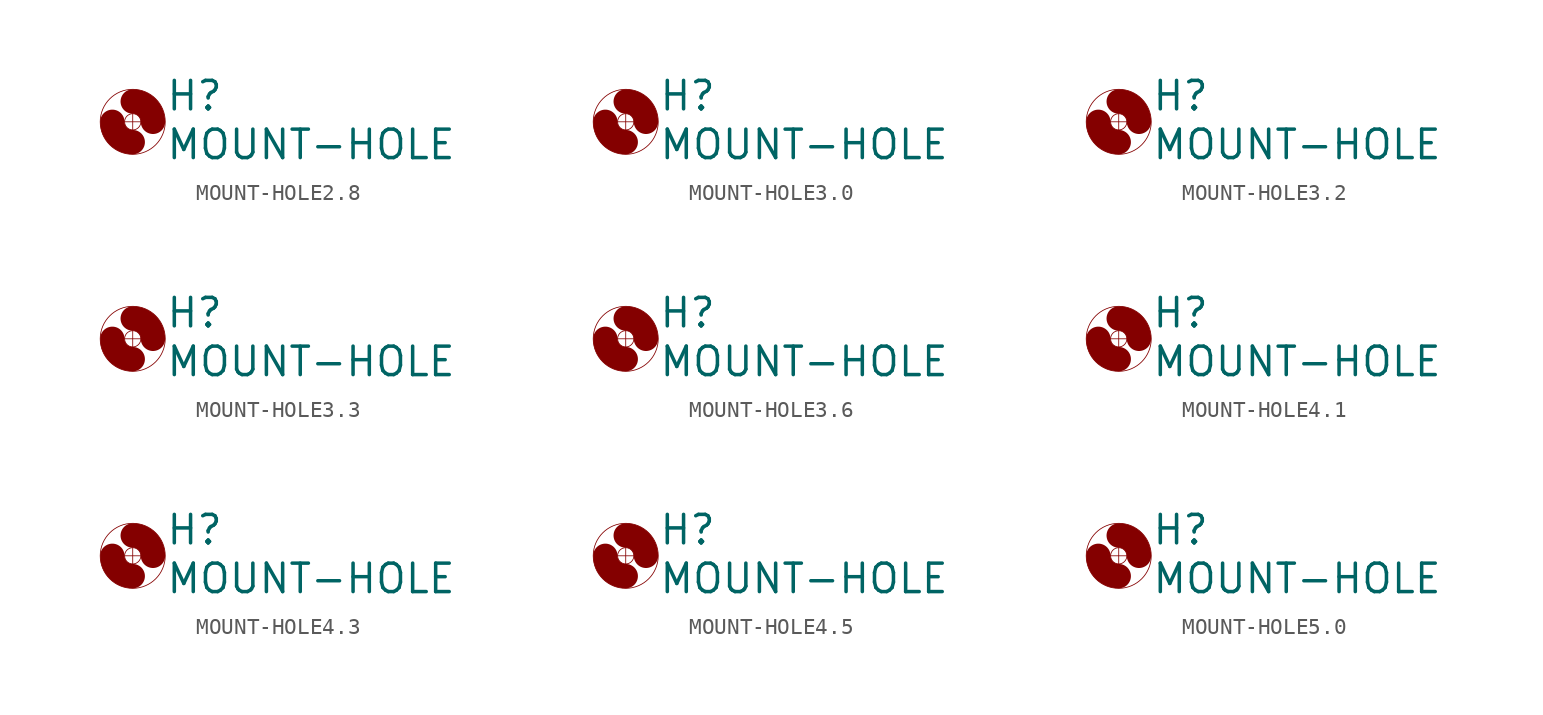
<source format=kicad_sym>
(kicad_symbol_lib
  (version 20220914)
  (generator Eagle2Kicad)
  (symbol "MOUNT-HOLE2.8"
    (property "Reference" "H"
      (at 2.032 0.584 0)
      (effects (font (size 1.778 1.778) (thickness 0.22)) (justify left bottom)))
    (property "Value" "MOUNT-HOLE"
      (at 2.032 -2.464 0)
      (effects (font (size 1.778 1.778) (thickness 0.22)) (justify left bottom)))
    (arc
      (start 1.27 0)
      (mid 0.898 0.898)
      (end 0 1.27)
      (stroke (width 1.524) (type default))
      (fill (type none)))
    (arc
      (start -1.27 0)
      (mid -0.898 -0.898)
      (end 0 -1.27)
      (stroke (width 1.524) (type default))
      (fill (type none)))
    (polyline
      (pts (xy -0.508 0) (xy 0.508 0))
      (stroke (width 0.051) (type default))
      (fill (type none)))
    (polyline
      (pts (xy 0 0.508) (xy 0 -0.508))
      (stroke (width 0.051) (type default))
      (fill (type none)))
    (circle
      (center 0 0)
      (radius 2.032)
      (stroke (width 0.051) (type default))
      (fill (type none)))
    (circle
      (center 0 0)
      (radius 0.508)
      (stroke (width 0.051) (type default))
      (fill (type none))))
  (symbol "MOUNT-HOLE3.0"
    (property "Reference" "H"
      (at 2.032 0.584 0)
      (effects (font (size 1.778 1.778) (thickness 0.22)) (justify left bottom)))
    (property "Value" "MOUNT-HOLE"
      (at 2.032 -2.464 0)
      (effects (font (size 1.778 1.778) (thickness 0.22)) (justify left bottom)))
    (arc
      (start 1.27 0)
      (mid 0.898 0.898)
      (end 0 1.27)
      (stroke (width 1.524) (type default))
      (fill (type none)))
    (arc
      (start -1.27 0)
      (mid -0.898 -0.898)
      (end 0 -1.27)
      (stroke (width 1.524) (type default))
      (fill (type none)))
    (polyline
      (pts (xy -0.508 0) (xy 0.508 0))
      (stroke (width 0.051) (type default))
      (fill (type none)))
    (polyline
      (pts (xy 0 0.508) (xy 0 -0.508))
      (stroke (width 0.051) (type default))
      (fill (type none)))
    (circle
      (center 0 0)
      (radius 2.032)
      (stroke (width 0.051) (type default))
      (fill (type none)))
    (circle
      (center 0 0)
      (radius 0.508)
      (stroke (width 0.051) (type default))
      (fill (type none))))
  (symbol "MOUNT-HOLE3.2"
    (property "Reference" "H"
      (at 2.032 0.584 0)
      (effects (font (size 1.778 1.778) (thickness 0.22)) (justify left bottom)))
    (property "Value" "MOUNT-HOLE"
      (at 2.032 -2.464 0)
      (effects (font (size 1.778 1.778) (thickness 0.22)) (justify left bottom)))
    (arc
      (start 1.27 0)
      (mid 0.898 0.898)
      (end 0 1.27)
      (stroke (width 1.524) (type default))
      (fill (type none)))
    (arc
      (start -1.27 0)
      (mid -0.898 -0.898)
      (end 0 -1.27)
      (stroke (width 1.524) (type default))
      (fill (type none)))
    (polyline
      (pts (xy -0.508 0) (xy 0.508 0))
      (stroke (width 0.051) (type default))
      (fill (type none)))
    (polyline
      (pts (xy 0 0.508) (xy 0 -0.508))
      (stroke (width 0.051) (type default))
      (fill (type none)))
    (circle
      (center 0 0)
      (radius 2.032)
      (stroke (width 0.051) (type default))
      (fill (type none)))
    (circle
      (center 0 0)
      (radius 0.508)
      (stroke (width 0.051) (type default))
      (fill (type none))))
  (symbol "MOUNT-HOLE3.3"
    (property "Reference" "H"
      (at 2.032 0.584 0)
      (effects (font (size 1.778 1.778) (thickness 0.22)) (justify left bottom)))
    (property "Value" "MOUNT-HOLE"
      (at 2.032 -2.464 0)
      (effects (font (size 1.778 1.778) (thickness 0.22)) (justify left bottom)))
    (arc
      (start 1.27 0)
      (mid 0.898 0.898)
      (end 0 1.27)
      (stroke (width 1.524) (type default))
      (fill (type none)))
    (arc
      (start -1.27 0)
      (mid -0.898 -0.898)
      (end 0 -1.27)
      (stroke (width 1.524) (type default))
      (fill (type none)))
    (polyline
      (pts (xy -0.508 0) (xy 0.508 0))
      (stroke (width 0.051) (type default))
      (fill (type none)))
    (polyline
      (pts (xy 0 0.508) (xy 0 -0.508))
      (stroke (width 0.051) (type default))
      (fill (type none)))
    (circle
      (center 0 0)
      (radius 2.032)
      (stroke (width 0.051) (type default))
      (fill (type none)))
    (circle
      (center 0 0)
      (radius 0.508)
      (stroke (width 0.051) (type default))
      (fill (type none))))
  (symbol "MOUNT-HOLE3.6"
    (property "Reference" "H"
      (at 2.032 0.584 0)
      (effects (font (size 1.778 1.778) (thickness 0.22)) (justify left bottom)))
    (property "Value" "MOUNT-HOLE"
      (at 2.032 -2.464 0)
      (effects (font (size 1.778 1.778) (thickness 0.22)) (justify left bottom)))
    (arc
      (start 1.27 0)
      (mid 0.898 0.898)
      (end 0 1.27)
      (stroke (width 1.524) (type default))
      (fill (type none)))
    (arc
      (start -1.27 0)
      (mid -0.898 -0.898)
      (end 0 -1.27)
      (stroke (width 1.524) (type default))
      (fill (type none)))
    (polyline
      (pts (xy -0.508 0) (xy 0.508 0))
      (stroke (width 0.051) (type default))
      (fill (type none)))
    (polyline
      (pts (xy 0 0.508) (xy 0 -0.508))
      (stroke (width 0.051) (type default))
      (fill (type none)))
    (circle
      (center 0 0)
      (radius 2.032)
      (stroke (width 0.051) (type default))
      (fill (type none)))
    (circle
      (center 0 0)
      (radius 0.508)
      (stroke (width 0.051) (type default))
      (fill (type none))))
  (symbol "MOUNT-HOLE4.1"
    (property "Reference" "H"
      (at 2.032 0.584 0)
      (effects (font (size 1.778 1.778) (thickness 0.22)) (justify left bottom)))
    (property "Value" "MOUNT-HOLE"
      (at 2.032 -2.464 0)
      (effects (font (size 1.778 1.778) (thickness 0.22)) (justify left bottom)))
    (arc
      (start 1.27 0)
      (mid 0.898 0.898)
      (end 0 1.27)
      (stroke (width 1.524) (type default))
      (fill (type none)))
    (arc
      (start -1.27 0)
      (mid -0.898 -0.898)
      (end 0 -1.27)
      (stroke (width 1.524) (type default))
      (fill (type none)))
    (polyline
      (pts (xy -0.508 0) (xy 0.508 0))
      (stroke (width 0.051) (type default))
      (fill (type none)))
    (polyline
      (pts (xy 0 0.508) (xy 0 -0.508))
      (stroke (width 0.051) (type default))
      (fill (type none)))
    (circle
      (center 0 0)
      (radius 2.032)
      (stroke (width 0.051) (type default))
      (fill (type none)))
    (circle
      (center 0 0)
      (radius 0.508)
      (stroke (width 0.051) (type default))
      (fill (type none))))
  (symbol "MOUNT-HOLE4.3"
    (property "Reference" "H"
      (at 2.032 0.584 0)
      (effects (font (size 1.778 1.778) (thickness 0.22)) (justify left bottom)))
    (property "Value" "MOUNT-HOLE"
      (at 2.032 -2.464 0)
      (effects (font (size 1.778 1.778) (thickness 0.22)) (justify left bottom)))
    (arc
      (start 1.27 0)
      (mid 0.898 0.898)
      (end 0 1.27)
      (stroke (width 1.524) (type default))
      (fill (type none)))
    (arc
      (start -1.27 0)
      (mid -0.898 -0.898)
      (end 0 -1.27)
      (stroke (width 1.524) (type default))
      (fill (type none)))
    (polyline
      (pts (xy -0.508 0) (xy 0.508 0))
      (stroke (width 0.051) (type default))
      (fill (type none)))
    (polyline
      (pts (xy 0 0.508) (xy 0 -0.508))
      (stroke (width 0.051) (type default))
      (fill (type none)))
    (circle
      (center 0 0)
      (radius 2.032)
      (stroke (width 0.051) (type default))
      (fill (type none)))
    (circle
      (center 0 0)
      (radius 0.508)
      (stroke (width 0.051) (type default))
      (fill (type none))))
  (symbol "MOUNT-HOLE4.5"
    (property "Reference" "H"
      (at 2.032 0.584 0)
      (effects (font (size 1.778 1.778) (thickness 0.22)) (justify left bottom)))
    (property "Value" "MOUNT-HOLE"
      (at 2.032 -2.464 0)
      (effects (font (size 1.778 1.778) (thickness 0.22)) (justify left bottom)))
    (arc
      (start 1.27 0)
      (mid 0.898 0.898)
      (end 0 1.27)
      (stroke (width 1.524) (type default))
      (fill (type none)))
    (arc
      (start -1.27 0)
      (mid -0.898 -0.898)
      (end 0 -1.27)
      (stroke (width 1.524) (type default))
      (fill (type none)))
    (polyline
      (pts (xy -0.508 0) (xy 0.508 0))
      (stroke (width 0.051) (type default))
      (fill (type none)))
    (polyline
      (pts (xy 0 0.508) (xy 0 -0.508))
      (stroke (width 0.051) (type default))
      (fill (type none)))
    (circle
      (center 0 0)
      (radius 2.032)
      (stroke (width 0.051) (type default))
      (fill (type none)))
    (circle
      (center 0 0)
      (radius 0.508)
      (stroke (width 0.051) (type default))
      (fill (type none))))
  (symbol "MOUNT-HOLE5.0"
    (property "Reference" "H"
      (at 2.032 0.584 0)
      (effects (font (size 1.778 1.778) (thickness 0.22)) (justify left bottom)))
    (property "Value" "MOUNT-HOLE"
      (at 2.032 -2.464 0)
      (effects (font (size 1.778 1.778) (thickness 0.22)) (justify left bottom)))
    (arc
      (start 1.27 0)
      (mid 0.898 0.898)
      (end 0 1.27)
      (stroke (width 1.524) (type default))
      (fill (type none)))
    (arc
      (start -1.27 0)
      (mid -0.898 -0.898)
      (end 0 -1.27)
      (stroke (width 1.524) (type default))
      (fill (type none)))
    (polyline
      (pts (xy -0.508 0) (xy 0.508 0))
      (stroke (width 0.051) (type default))
      (fill (type none)))
    (polyline
      (pts (xy 0 0.508) (xy 0 -0.508))
      (stroke (width 0.051) (type default))
      (fill (type none)))
    (circle
      (center 0 0)
      (radius 2.032)
      (stroke (width 0.051) (type default))
      (fill (type none)))
    (circle
      (center 0 0)
      (radius 0.508)
      (stroke (width 0.051) (type default))
      (fill (type none)))))
</source>
